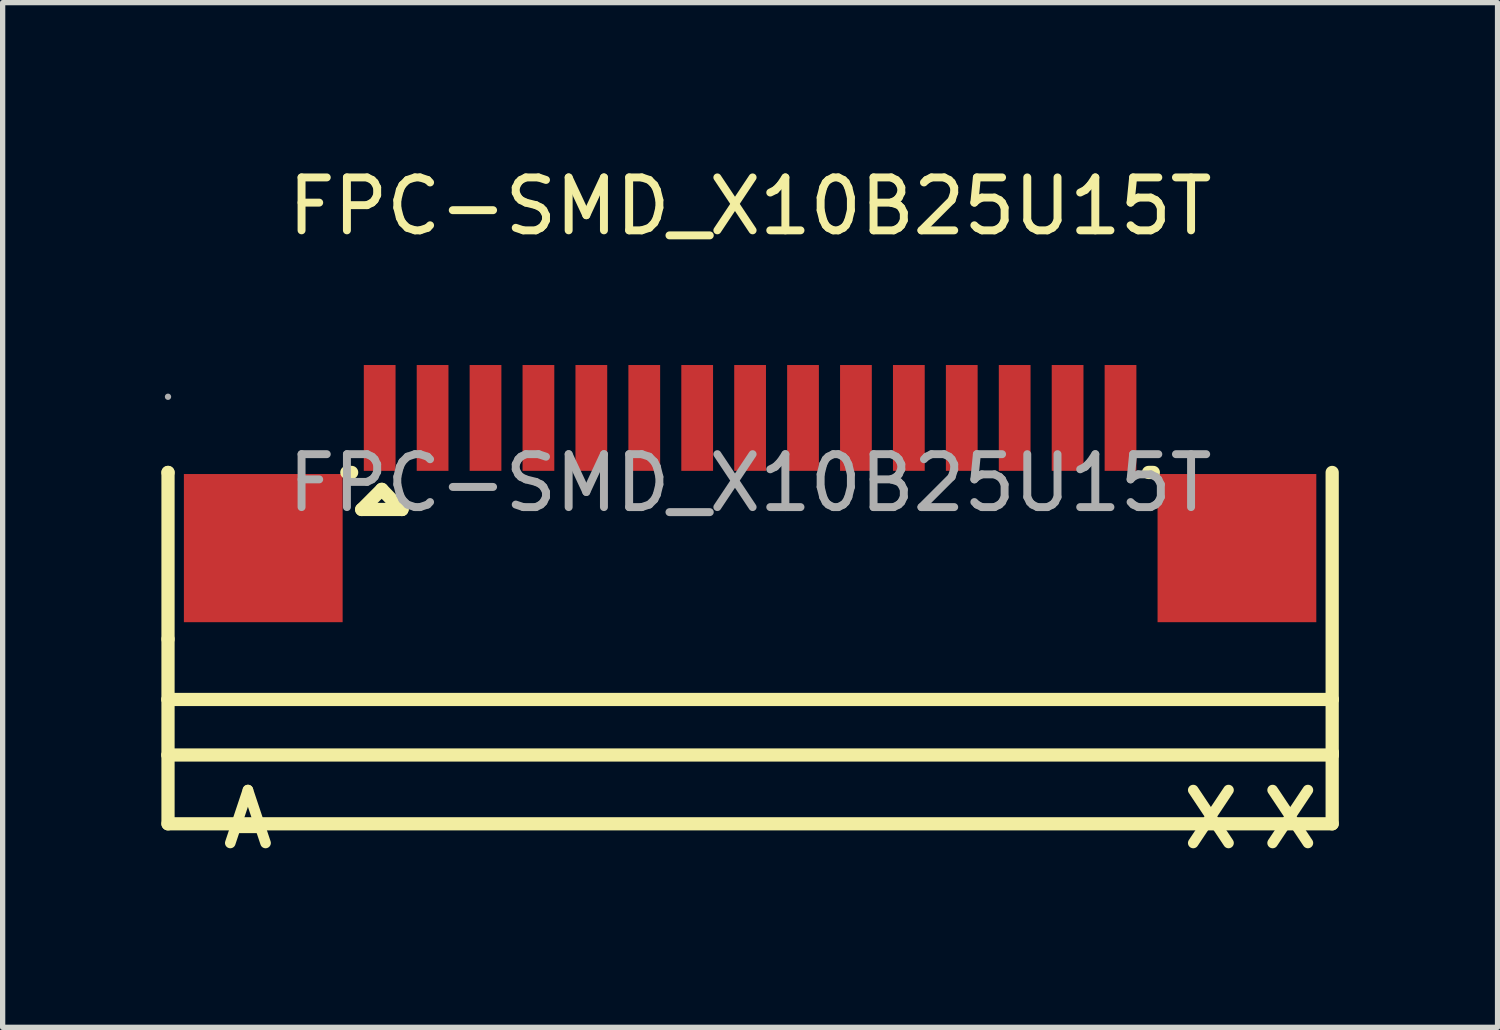
<source format=kicad_pcb>
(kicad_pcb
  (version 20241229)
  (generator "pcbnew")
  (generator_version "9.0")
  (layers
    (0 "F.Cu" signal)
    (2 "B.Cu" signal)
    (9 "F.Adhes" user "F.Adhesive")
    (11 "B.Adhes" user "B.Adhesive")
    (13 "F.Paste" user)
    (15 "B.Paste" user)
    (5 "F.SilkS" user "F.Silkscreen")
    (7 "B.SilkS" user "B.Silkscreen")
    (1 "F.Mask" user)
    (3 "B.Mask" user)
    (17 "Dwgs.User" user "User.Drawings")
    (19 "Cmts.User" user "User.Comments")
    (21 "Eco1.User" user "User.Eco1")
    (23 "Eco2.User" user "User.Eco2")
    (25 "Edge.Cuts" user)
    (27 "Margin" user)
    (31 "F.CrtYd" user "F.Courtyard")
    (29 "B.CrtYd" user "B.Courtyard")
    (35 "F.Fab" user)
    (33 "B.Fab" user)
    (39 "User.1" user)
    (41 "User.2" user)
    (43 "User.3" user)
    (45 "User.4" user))
  (footprint "FPC-SMD_X10B25U15T"
    (layer "F.Cu")
    (at 11.125 6.078)
    (property "Reference" "FPC-SMD_X10B25U15T" (at 0 -5.23 0) (layer "F.SilkS") (effects (font (size 1 1) (thickness 0.15))))
    (attr smd)
    (fp_line (start -11 -0.2) (end -11 -0.2) (stroke (width 0.25) (type solid)) (layer "F.SilkS"))
    (fp_line (start -11 2.95) (end -11 -0.2) (stroke (width 0.25) (type solid)) (layer "F.SilkS"))
    (fp_line (start -11 4.09) (end -11 2.95) (stroke (width 0.25) (type solid)) (layer "F.SilkS"))
    (fp_line (start -11 4.09) (end 10.95 4.09) (stroke (width 0.25) (type solid)) (layer "F.SilkS"))
    (fp_line (start -11 5.14) (end -11 4.09) (stroke (width 0.25) (type solid)) (layer "F.SilkS"))
    (fp_line (start -11 5.14) (end -11 6.44) (stroke (width 0.25) (type solid)) (layer "F.SilkS"))
    (fp_line (start -11 5.14) (end 11 5.14) (stroke (width 0.25) (type solid)) (layer "F.SilkS"))
    (fp_line (start -11 6.44) (end 11 6.44) (stroke (width 0.25) (type solid)) (layer "F.SilkS"))
    (fp_line (start -7.62 -0.2) (end -7.53 -0.2) (stroke (width 0.25) (type solid)) (layer "F.SilkS"))
    (fp_line (start -7.34 0.5) (end -6.58 0.5) (stroke (width 0.25) (type solid)) (layer "F.SilkS"))
    (fp_line (start -6.96 0.12) (end -7.34 0.5) (stroke (width 0.25) (type solid)) (layer "F.SilkS"))
    (fp_line (start -6.71 0.38) (end -6.96 0.12) (stroke (width 0.25) (type solid)) (layer "F.SilkS"))
    (fp_line (start -6.58 0.5) (end -6.71 0.38) (stroke (width 0.25) (type solid)) (layer "F.SilkS"))
    (fp_line (start -6.58 0.5) (end -6.58 0.5) (stroke (width 0.25) (type solid)) (layer "F.SilkS"))
    (fp_line (start 7.53 -0.2) (end 7.62 -0.2) (stroke (width 0.25) (type solid)) (layer "F.SilkS"))
    (fp_line (start 10.95 4.09) (end 11 4.09) (stroke (width 0.25) (type solid)) (layer "F.SilkS"))
    (fp_line (start 11 4.09) (end 11 -0.2) (stroke (width 0.25) (type solid)) (layer "F.SilkS"))
    (fp_line (start 11 4.09) (end 11 5.09) (stroke (width 0.25) (type solid)) (layer "F.SilkS"))
    (fp_line (start 11 5.09) (end 11 5.14) (stroke (width 0.25) (type solid)) (layer "F.SilkS"))
    (fp_line (start 11 6.44) (end 11 5.09) (stroke (width 0.25) (type solid)) (layer "F.SilkS"))
    (fp_circle (center -11 -1.63) (end -10.97 -1.63) (stroke (width 0.06) (type solid)) (fill no) (layer "F.Fab"))
    (fp_text user "A" (at -10.05 6.35 0) (layer "F.SilkS") (effects (font (size 1 1) (thickness 0.2)) (justify left)))
    (fp_text user "X" (at 8.1 6.35 0) (layer "F.SilkS") (effects (font (size 1 1) (thickness 0.2)) (justify left)))
    (fp_text user "X" (at 9.6 6.35 0) (layer "F.SilkS") (effects (font (size 1 1) (thickness 0.2)) (justify left)))
    (fp_text user "${REFERENCE}" (at 0 0 0) (layer "F.Fab") (effects (font (size 1 1) (thickness 0.15))))
    (pad "1" smd rect (at -7 -1.23) (size 0.6 2) (layers "F.Cu" "F.Mask" "F.Paste"))
    (pad "2" smd rect (at -6 -1.23) (size 0.6 2) (layers "F.Cu" "F.Mask" "F.Paste"))
    (pad "3" smd rect (at -5 -1.23) (size 0.6 2) (layers "F.Cu" "F.Mask" "F.Paste"))
    (pad "4" smd rect (at -4 -1.23) (size 0.6 2) (layers "F.Cu" "F.Mask" "F.Paste"))
    (pad "5" smd rect (at -3 -1.23) (size 0.6 2) (layers "F.Cu" "F.Mask" "F.Paste"))
    (pad "6" smd rect (at -2 -1.23) (size 0.6 2) (layers "F.Cu" "F.Mask" "F.Paste"))
    (pad "7" smd rect (at -1 -1.23) (size 0.6 2) (layers "F.Cu" "F.Mask" "F.Paste"))
    (pad "8" smd rect (at 0 -1.23) (size 0.6 2) (layers "F.Cu" "F.Mask" "F.Paste"))
    (pad "9" smd rect (at 1 -1.23) (size 0.6 2) (layers "F.Cu" "F.Mask" "F.Paste"))
    (pad "10" smd rect (at 2 -1.23) (size 0.6 2) (layers "F.Cu" "F.Mask" "F.Paste"))
    (pad "11" smd rect (at 3 -1.23) (size 0.6 2) (layers "F.Cu" "F.Mask" "F.Paste"))
    (pad "12" smd rect (at 4 -1.23) (size 0.6 2) (layers "F.Cu" "F.Mask" "F.Paste"))
    (pad "13" smd rect (at 5 -1.23) (size 0.6 2) (layers "F.Cu" "F.Mask" "F.Paste"))
    (pad "14" smd rect (at 6 -1.23) (size 0.6 2) (layers "F.Cu" "F.Mask" "F.Paste"))
    (pad "15" smd rect (at 7 -1.23) (size 0.6 2) (layers "F.Cu" "F.Mask" "F.Paste"))
    (pad "16" smd rect (at 9.2 1.23) (size 3 2.8) (layers "F.Cu" "F.Mask" "F.Paste"))
    (pad "17" smd rect (at -9.2 1.23) (size 3 2.8) (layers "F.Cu" "F.Mask" "F.Paste")))
  (gr_rect
    (start -3 -3)
    (end 25.25 16.364)
    (stroke (width 0.1) (type default))
    (fill no)
    (layer "Edge.Cuts")))
</source>
